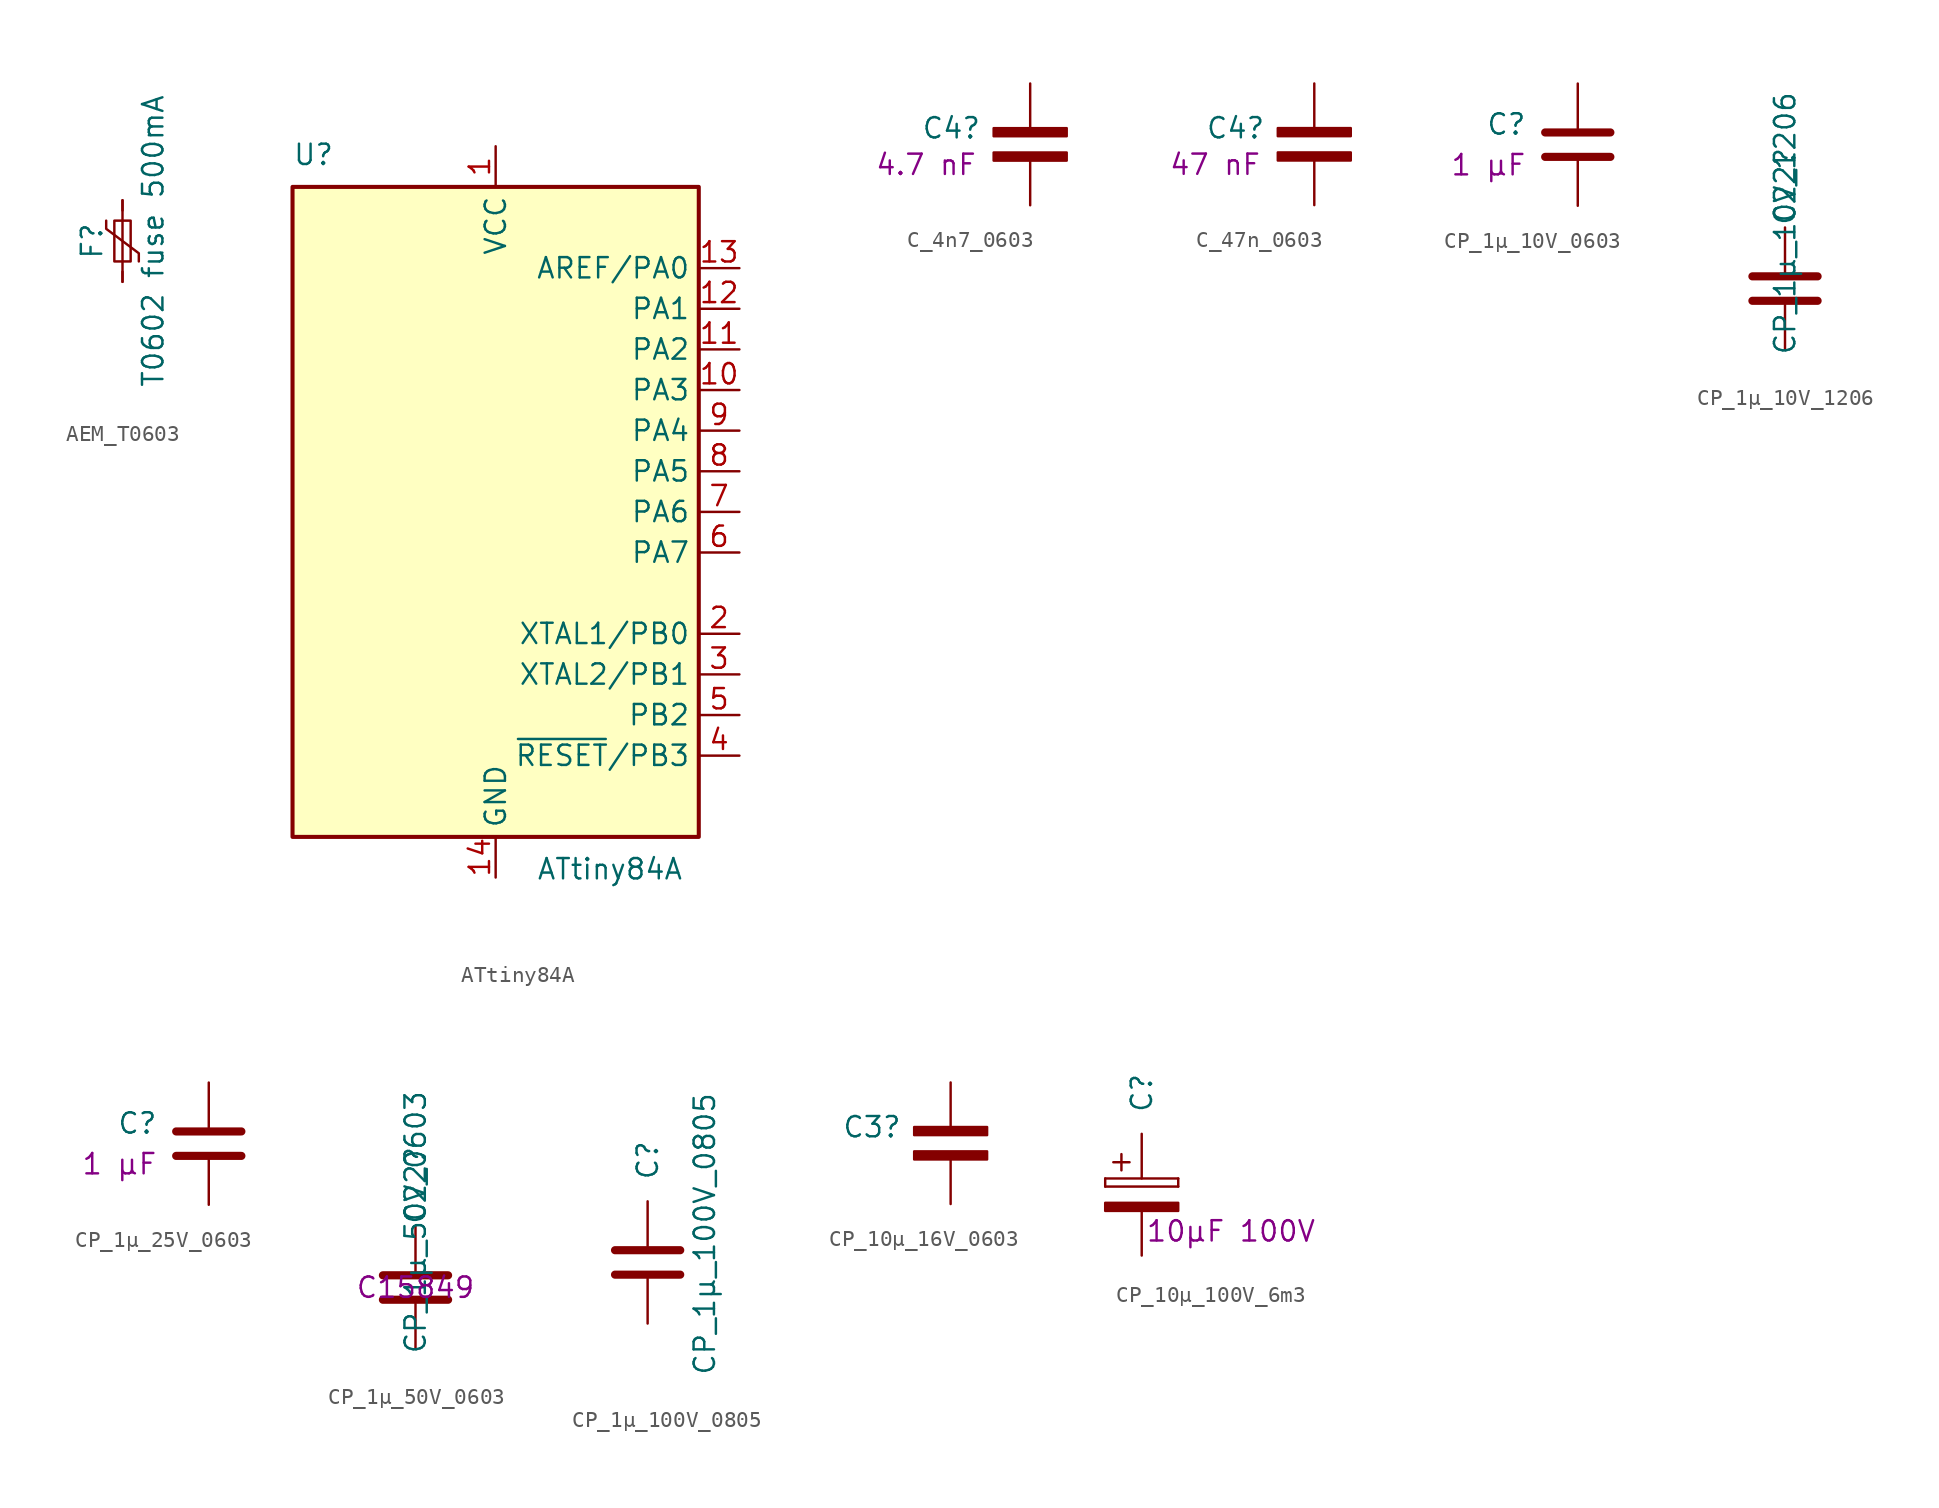
<source format=kicad_sym>
(kicad_symbol_lib
  (version 20220914)
  (generator kicad_symbol_editor)
  (symbol "AEM_T0603"
    (pin_numbers hide)
    (pin_names
      (offset 0))
    (property "Reference" "F"
      (at -1.905 0 90)
      (effects (font (size 1.27 1.27))))
    (property "Value" "T0602 fuse 500mA"
      (at 1.905 0 90)
      (effects (font (size 1.27 1.27))))
    (symbol "AEM_T0603_0_1"
      (rectangle (start -0.508 1.27) (end 0.508 -1.27) (stroke (width 0) (type default)) (fill (type none)))
      (polyline (pts (xy 0 2.54) (xy 0 -2.54)) (stroke (width 0) (type default)) (fill (type none)))
      (polyline (pts (xy -1.016 1.27) (xy -1.016 0.762) (xy 1.016 -0.762) (xy 1.016 -1.27)) (stroke (width 0) (type default)) (fill (type none))))
    (symbol "AEM_T0603_1_1"
      (pin passive line (at 0 2.54 270) (length 0.635) (name "~" (effects (font (size 1.27 1.27)))) (number "1" (effects (font (size 1.27 1.27)))))
      (pin passive line (at 0 -2.54 90) (length 0.635) (name "~" (effects (font (size 1.27 1.27)))) (number "2" (effects (font (size 1.27 1.27)))))))
  (symbol "ATtiny84A"
    (property "Reference" "U"
      (at -12.7 21.59 0)
      (effects (font (size 1.27 1.27)) (justify left bottom)))
    (property "Value" "ATtiny84A"
      (at 2.54 -21.59 0)
      (effects (font (size 1.27 1.27)) (justify left top)))
    (symbol "ATtiny84A_0_1"
      (rectangle (start -12.7 -20.32) (end 12.7 20.32) (stroke (width 0.254) (type default)) (fill (type background))))
    (symbol "ATtiny84A_1_1"
      (pin power_in line (at 0 22.86 270) (length 2.54) (name "VCC" (effects (font (size 1.27 1.27)))) (number "1" (effects (font (size 1.27 1.27)))))
      (pin bidirectional line (at 15.24 7.62 180) (length 2.54) (name "PA3" (effects (font (size 1.27 1.27)))) (number "10" (effects (font (size 1.27 1.27)))))
      (pin bidirectional line (at 15.24 10.16 180) (length 2.54) (name "PA2" (effects (font (size 1.27 1.27)))) (number "11" (effects (font (size 1.27 1.27)))))
      (pin bidirectional line (at 15.24 12.7 180) (length 2.54) (name "PA1" (effects (font (size 1.27 1.27)))) (number "12" (effects (font (size 1.27 1.27)))))
      (pin bidirectional line (at 15.24 15.24 180) (length 2.54) (name "AREF/PA0" (effects (font (size 1.27 1.27)))) (number "13" (effects (font (size 1.27 1.27)))))
      (pin power_in line (at 0 -22.86 90) (length 2.54) (name "GND" (effects (font (size 1.27 1.27)))) (number "14" (effects (font (size 1.27 1.27)))))
      (pin bidirectional line (at 15.24 -7.62 180) (length 2.54) (name "XTAL1/PB0" (effects (font (size 1.27 1.27)))) (number "2" (effects (font (size 1.27 1.27)))))
      (pin bidirectional line (at 15.24 -10.16 180) (length 2.54) (name "XTAL2/PB1" (effects (font (size 1.27 1.27)))) (number "3" (effects (font (size 1.27 1.27)))))
      (pin bidirectional line (at 15.24 -15.24 180) (length 2.54) (name "~{RESET}/PB3" (effects (font (size 1.27 1.27)))) (number "4" (effects (font (size 1.27 1.27)))))
      (pin bidirectional line (at 15.24 -12.7 180) (length 2.54) (name "PB2" (effects (font (size 1.27 1.27)))) (number "5" (effects (font (size 1.27 1.27)))))
      (pin bidirectional line (at 15.24 -2.54 180) (length 2.54) (name "PA7" (effects (font (size 1.27 1.27)))) (number "6" (effects (font (size 1.27 1.27)))))
      (pin bidirectional line (at 15.24 0 180) (length 2.54) (name "PA6" (effects (font (size 1.27 1.27)))) (number "7" (effects (font (size 1.27 1.27)))))
      (pin bidirectional line (at 15.24 2.54 180) (length 2.54) (name "PA5" (effects (font (size 1.27 1.27)))) (number "8" (effects (font (size 1.27 1.27)))))
      (pin bidirectional line (at 15.24 5.08 180) (length 2.54) (name "PA4" (effects (font (size 1.27 1.27)))) (number "9" (effects (font (size 1.27 1.27)))))))
  (symbol "C_4n7_0603"
    (pin_numbers hide)
    (pin_names
      (offset 0.254))
    (property "Reference" "C4"
      (at -3.048 1.016 0)
      (effects (font (size 1.27 1.27)) (justify right)))
    (property "Display" "4.7 nF"
      (at -3.302 -1.27 0)
      (effects (font (size 1.27 1.27)) (justify right)))
    (symbol "C_4n7_0603_0_1"
      (rectangle (start 2.286 -0.508) (end -2.286 -1.016) (stroke (width 0) (type default)) (fill (type outline)))
      (rectangle (start 2.286 1.016) (end -2.286 0.508) (stroke (width 0) (type default)) (fill (type outline))))
    (symbol "C_4n7_0603_1_1"
      (pin passive line (at 0 3.81 270) (length 2.794) (name "~" (effects (font (size 1.27 1.27)))) (number "1" (effects (font (size 1.27 1.27)))))
      (pin passive line (at 0 -3.81 90) (length 2.794) (name "~" (effects (font (size 1.27 1.27)))) (number "2" (effects (font (size 1.27 1.27)))))))
  (symbol "C_47n_0603"
    (pin_numbers hide)
    (pin_names
      (offset 0.254))
    (property "Reference" "C4"
      (at -3.048 1.016 0)
      (effects (font (size 1.27 1.27)) (justify right)))
    (property "Display" "47 nF"
      (at -3.302 -1.27 0)
      (effects (font (size 1.27 1.27)) (justify right)))
    (symbol "C_47n_0603_0_1"
      (rectangle (start 2.286 -0.508) (end -2.286 -1.016) (stroke (width 0) (type default)) (fill (type outline)))
      (rectangle (start 2.286 1.016) (end -2.286 0.508) (stroke (width 0) (type default)) (fill (type outline))))
    (symbol "C_47n_0603_1_1"
      (pin passive line (at 0 3.81 270) (length 2.794) (name "~" (effects (font (size 1.27 1.27)))) (number "1" (effects (font (size 1.27 1.27)))))
      (pin passive line (at 0 -3.81 90) (length 2.794) (name "~" (effects (font (size 1.27 1.27)))) (number "2" (effects (font (size 1.27 1.27)))))))
  (symbol "CP_1µ_10V_0603"
    (pin_numbers hide)
    (pin_names
      (offset 0.254))
    (property "Reference" "C"
      (at -3.175 1.27 0)
      (effects (font (size 1.27 1.27)) (justify right)))
    (property "Display" "1 µF"
      (at -3.175 -1.27 0)
      (effects (font (size 1.27 1.27)) (justify right)))
    (symbol "CP_1µ_10V_0603_0_1"
      (polyline (pts (xy -2.032 -0.762) (xy 2.032 -0.762)) (stroke (width 0.508) (type default)) (fill (type none)))
      (polyline (pts (xy -2.032 0.762) (xy 2.032 0.762)) (stroke (width 0.508) (type default)) (fill (type none))))
    (symbol "CP_1µ_10V_0603_1_1"
      (pin passive line (at 0 3.81 270) (length 2.794) (name "~" (effects (font (size 1.27 1.27)))) (number "1" (effects (font (size 1.27 1.27)))))
      (pin passive line (at 0 -3.81 90) (length 2.794) (name "~" (effects (font (size 1.27 1.27)))) (number "2" (effects (font (size 1.27 1.27)))))))
  (symbol "CP_1µ_10V_1206"
    (pin_numbers hide)
    (pin_names
      (offset 0.254))
    (property "Reference" "C22"
      (at 0 6.369 90)
      (effects (font (size 1.27 1.27))))
    (property "Value" "CP_1µ_10V_1206"
      (at 0 4.07 90)
      (effects (font (size 1.27 1.27))))
    (symbol "CP_1µ_10V_1206_0_1"
      (polyline (pts (xy -2.032 -0.762) (xy 2.032 -0.762)) (stroke (width 0.508) (type default)) (fill (type none)))
      (polyline (pts (xy -2.032 0.762) (xy 2.032 0.762)) (stroke (width 0.508) (type default)) (fill (type none))))
    (symbol "CP_1µ_10V_1206_1_1"
      (pin passive line (at 0 3.81 270) (length 2.794) (name "~" (effects (font (size 1.27 1.27)))) (number "1" (effects (font (size 1.27 1.27)))))
      (pin passive line (at 0 -3.81 90) (length 2.794) (name "~" (effects (font (size 1.27 1.27)))) (number "2" (effects (font (size 1.27 1.27)))))))
  (symbol "CP_1µ_25V_0603"
    (pin_numbers hide)
    (pin_names
      (offset 0.254))
    (property "Reference" "C"
      (at -3.175 1.27 0)
      (effects (font (size 1.27 1.27)) (justify right)))
    (property "Display" "1 µF"
      (at -3.175 -1.27 0)
      (effects (font (size 1.27 1.27)) (justify right)))
    (symbol "CP_1µ_25V_0603_0_1"
      (polyline (pts (xy -2.032 -0.762) (xy 2.032 -0.762)) (stroke (width 0.508) (type default)) (fill (type none)))
      (polyline (pts (xy -2.032 0.762) (xy 2.032 0.762)) (stroke (width 0.508) (type default)) (fill (type none))))
    (symbol "CP_1µ_25V_0603_1_1"
      (pin passive line (at 0 3.81 270) (length 2.794) (name "~" (effects (font (size 1.27 1.27)))) (number "1" (effects (font (size 1.27 1.27)))))
      (pin passive line (at 0 -3.81 90) (length 2.794) (name "~" (effects (font (size 1.27 1.27)))) (number "2" (effects (font (size 1.27 1.27)))))))
  (symbol "CP_1µ_50V_0603"
    (pin_numbers hide)
    (pin_names
      (offset 0.254))
    (property "Reference" "C22"
      (at 0 6.369 90)
      (effects (font (size 1.27 1.27))))
    (property "Value" "CP_1µ_50V_0603"
      (at 0 4.07 90)
      (effects (font (size 1.27 1.27))))
    (property "LCSC" "C15849"
      (at 0 0 0)
      (effects (font (size 1.27 1.27))))
    (symbol "CP_1µ_50V_0603_0_1"
      (polyline (pts (xy -2.032 -0.762) (xy 2.032 -0.762)) (stroke (width 0.508) (type default)) (fill (type none)))
      (polyline (pts (xy -2.032 0.762) (xy 2.032 0.762)) (stroke (width 0.508) (type default)) (fill (type none))))
    (symbol "CP_1µ_50V_0603_1_1"
      (pin passive line (at 0 3.81 270) (length 2.794) (name "~" (effects (font (size 1.27 1.27)))) (number "1" (effects (font (size 1.27 1.27)))))
      (pin passive line (at 0 -3.81 90) (length 2.794) (name "~" (effects (font (size 1.27 1.27)))) (number "2" (effects (font (size 1.27 1.27)))))))
  (symbol "CP_1µ_100V_0805"
    (pin_numbers hide)
    (pin_names
      (offset 0.254))
    (property "Reference" "C"
      (at 0 6.369 90)
      (effects (font (size 1.27 1.27))))
    (property "Value" "CP_1µ_100V_0805"
      (at 3.556 1.778 90)
      (effects (font (size 1.27 1.27))))
    (symbol "CP_1µ_100V_0805_0_1"
      (polyline (pts (xy -2.032 -0.762) (xy 2.032 -0.762)) (stroke (width 0.508) (type default)) (fill (type none)))
      (polyline (pts (xy -2.032 0.762) (xy 2.032 0.762)) (stroke (width 0.508) (type default)) (fill (type none))))
    (symbol "CP_1µ_100V_0805_1_1"
      (pin passive line (at 0 3.81 270) (length 2.794) (name "~" (effects (font (size 1.27 1.27)))) (number "1" (effects (font (size 1.27 1.27)))))
      (pin passive line (at 0 -3.81 90) (length 2.794) (name "~" (effects (font (size 1.27 1.27)))) (number "2" (effects (font (size 1.27 1.27)))))))
  (symbol "CP_10µ_16V_0603"
    (pin_numbers hide)
    (pin_names
      (offset 0.254))
    (property "Reference" "C3"
      (at -3.048 1.016 0)
      (effects (font (size 1.27 1.27)) (justify right)))
    (symbol "CP_10µ_16V_0603_0_1"
      (rectangle (start -2.286 -0.508) (end 2.286 -1.016) (stroke (width 0) (type default)) (fill (type outline)))
      (rectangle (start -2.286 1.016) (end 2.286 0.508) (stroke (width 0) (type default)) (fill (type outline))))
    (symbol "CP_10µ_16V_0603_1_1"
      (pin passive line (at 0 3.81 270) (length 2.794) (name "~" (effects (font (size 1.27 1.27)))) (number "1" (effects (font (size 1.27 1.27)))))
      (pin passive line (at 0 -3.81 90) (length 2.794) (name "~" (effects (font (size 1.27 1.27)))) (number "2" (effects (font (size 1.27 1.27)))))))
  (symbol "CP_10µ_100V_6m3"
    (pin_numbers hide)
    (pin_names
      (offset 0.254))
    (property "Reference" "C"
      (at 0 6.369 90)
      (effects (font (size 1.27 1.27))))
    (property "Display" "10µF 100V"
      (at 5.588 -2.286 0)
      (effects (font (size 1.27 1.27))))
    (symbol "CP_10µ_100V_6m3_0_1"
      (rectangle (start -2.286 -0.508) (end 2.286 -1.016) (stroke (width 0) (type default)) (fill (type outline)))
      (rectangle (start -2.286 0.508) (end -2.286 1.016) (stroke (width 0) (type default)) (fill (type none)))
      (rectangle (start -2.286 0.508) (end 2.286 0.508) (stroke (width 0) (type default)) (fill (type none)))
      (polyline (pts (xy -1.778 2.032) (xy -0.762 2.032)) (stroke (width 0) (type default)) (fill (type none)))
      (polyline (pts (xy -1.27 2.54) (xy -1.27 1.524)) (stroke (width 0) (type default)) (fill (type none)))
      (rectangle (start 2.286 1.016) (end -2.286 1.016) (stroke (width 0) (type default)) (fill (type none)))
      (rectangle (start 2.286 1.016) (end 2.286 0.508) (stroke (width 0) (type default)) (fill (type none))))
    (symbol "CP_10µ_100V_6m3_1_1"
      (pin passive line (at 0 3.81 270) (length 2.794) (name "~" (effects (font (size 1.27 1.27)))) (number "1" (effects (font (size 1.27 1.27)))))
      (pin passive line (at 0 -3.81 90) (length 2.794) (name "~" (effects (font (size 1.27 1.27)))) (number "2" (effects (font (size 1.27 1.27))))))))
</source>
